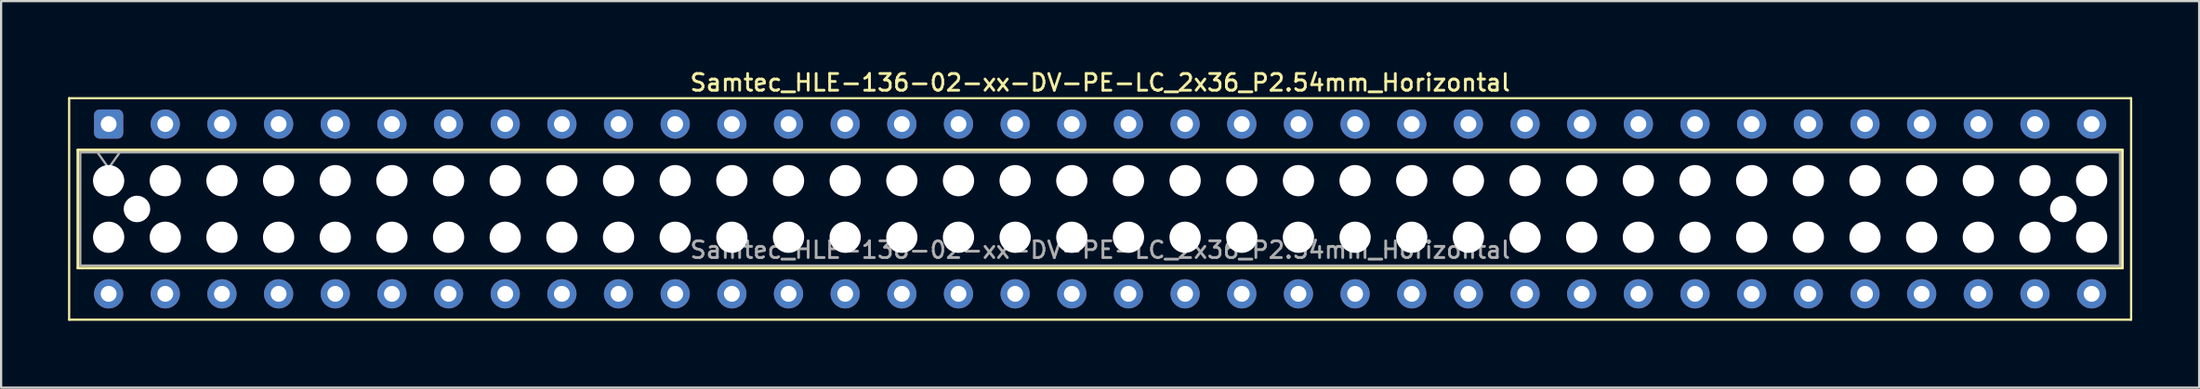
<source format=kicad_pcb>
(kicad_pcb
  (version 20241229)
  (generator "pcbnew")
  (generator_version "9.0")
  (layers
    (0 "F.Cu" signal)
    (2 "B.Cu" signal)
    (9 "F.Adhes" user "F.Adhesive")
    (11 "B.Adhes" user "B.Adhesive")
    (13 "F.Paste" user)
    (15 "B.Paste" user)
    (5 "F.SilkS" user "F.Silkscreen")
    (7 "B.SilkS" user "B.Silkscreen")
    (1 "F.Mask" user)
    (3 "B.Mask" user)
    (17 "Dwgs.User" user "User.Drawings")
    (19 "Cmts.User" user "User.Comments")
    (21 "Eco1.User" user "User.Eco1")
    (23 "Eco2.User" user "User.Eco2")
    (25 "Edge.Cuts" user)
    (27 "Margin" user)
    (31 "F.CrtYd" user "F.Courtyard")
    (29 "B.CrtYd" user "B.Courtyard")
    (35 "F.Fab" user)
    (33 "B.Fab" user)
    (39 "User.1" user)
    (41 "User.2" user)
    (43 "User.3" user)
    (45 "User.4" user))
  (footprint "Samtec_HLE-136-02-xx-DV-PE-LC_2x36_P2.54mm_Horizontal"
    (layer "F.Cu")
    (at 1.82 2.518)
    (property "Reference" "Samtec_HLE-136-02-xx-DV-PE-LC_2x36_P2.54mm_Horizontal" (at 44.45 -1.86 0) (layer "F.SilkS") (effects (font (size 0.75 0.75) (thickness 0.125))))
    (attr through_hole)
    (fp_line (start -1.77 -1.16) (end 90.67 -1.16) (stroke (width 0.1) (type solid)) (layer "F.SilkS"))
    (fp_line (start -1.77 8.78) (end -1.77 -1.16) (stroke (width 0.1) (type solid)) (layer "F.SilkS"))
    (fp_line (start -1.38 1.16) (end 90.28 1.16) (stroke (width 0.12) (type solid)) (layer "F.SilkS"))
    (fp_line (start -1.38 6.46) (end -1.38 1.16) (stroke (width 0.12) (type solid)) (layer "F.SilkS"))
    (fp_line (start 90.28 1.16) (end 90.28 6.46) (stroke (width 0.12) (type solid)) (layer "F.SilkS"))
    (fp_line (start 90.28 6.46) (end -1.38 6.46) (stroke (width 0.12) (type solid)) (layer "F.SilkS"))
    (fp_line (start 90.67 -1.16) (end 90.67 8.78) (stroke (width 0.1) (type solid)) (layer "F.SilkS"))
    (fp_line (start 90.67 8.78) (end -1.77 8.78) (stroke (width 0.1) (type solid)) (layer "F.SilkS"))
    (fp_line (start -1.27 1.27) (end 90.17 1.27) (stroke (width 0.1) (type solid)) (layer "F.Fab"))
    (fp_line (start -1.27 6.35) (end -1.27 1.27) (stroke (width 0.1) (type solid)) (layer "F.Fab"))
    (fp_line (start -0.5 1.27) (end 0 1.977) (stroke (width 0.1) (type solid)) (layer "F.Fab"))
    (fp_line (start 0 1.977) (end 0.5 1.27) (stroke (width 0.1) (type solid)) (layer "F.Fab"))
    (fp_line (start 90.17 1.27) (end 90.17 6.35) (stroke (width 0.1) (type solid)) (layer "F.Fab"))
    (fp_line (start 90.17 6.35) (end -1.27 6.35) (stroke (width 0.1) (type solid)) (layer "F.Fab"))
    (fp_text user "${REFERENCE}" (at 44.45 5.65 0) (layer "F.Fab") (effects (font (size 0.75 0.75) (thickness 0.125))))
    (pad "" np_thru_hole circle (at 0 2.54) (size 1.4 1.4) (drill 1.4) (layers "*.Cu" "*.Mask"))
    (pad "" np_thru_hole circle (at 0 5.08) (size 1.4 1.4) (drill 1.4) (layers "*.Cu" "*.Mask"))
    (pad "" np_thru_hole circle (at 1.27 3.81) (size 1.19 1.19) (drill 1.19) (layers "*.Cu" "*.Mask"))
    (pad "" np_thru_hole circle (at 2.54 2.54) (size 1.4 1.4) (drill 1.4) (layers "*.Cu" "*.Mask"))
    (pad "" np_thru_hole circle (at 2.54 5.08) (size 1.4 1.4) (drill 1.4) (layers "*.Cu" "*.Mask"))
    (pad "" np_thru_hole circle (at 5.08 2.54) (size 1.4 1.4) (drill 1.4) (layers "*.Cu" "*.Mask"))
    (pad "" np_thru_hole circle (at 5.08 5.08) (size 1.4 1.4) (drill 1.4) (layers "*.Cu" "*.Mask"))
    (pad "" np_thru_hole circle (at 7.62 2.54) (size 1.4 1.4) (drill 1.4) (layers "*.Cu" "*.Mask"))
    (pad "" np_thru_hole circle (at 7.62 5.08) (size 1.4 1.4) (drill 1.4) (layers "*.Cu" "*.Mask"))
    (pad "" np_thru_hole circle (at 10.16 2.54) (size 1.4 1.4) (drill 1.4) (layers "*.Cu" "*.Mask"))
    (pad "" np_thru_hole circle (at 10.16 5.08) (size 1.4 1.4) (drill 1.4) (layers "*.Cu" "*.Mask"))
    (pad "" np_thru_hole circle (at 12.7 2.54) (size 1.4 1.4) (drill 1.4) (layers "*.Cu" "*.Mask"))
    (pad "" np_thru_hole circle (at 12.7 5.08) (size 1.4 1.4) (drill 1.4) (layers "*.Cu" "*.Mask"))
    (pad "" np_thru_hole circle (at 15.24 2.54) (size 1.4 1.4) (drill 1.4) (layers "*.Cu" "*.Mask"))
    (pad "" np_thru_hole circle (at 15.24 5.08) (size 1.4 1.4) (drill 1.4) (layers "*.Cu" "*.Mask"))
    (pad "" np_thru_hole circle (at 17.78 2.54) (size 1.4 1.4) (drill 1.4) (layers "*.Cu" "*.Mask"))
    (pad "" np_thru_hole circle (at 17.78 5.08) (size 1.4 1.4) (drill 1.4) (layers "*.Cu" "*.Mask"))
    (pad "" np_thru_hole circle (at 20.32 2.54) (size 1.4 1.4) (drill 1.4) (layers "*.Cu" "*.Mask"))
    (pad "" np_thru_hole circle (at 20.32 5.08) (size 1.4 1.4) (drill 1.4) (layers "*.Cu" "*.Mask"))
    (pad "" np_thru_hole circle (at 22.86 2.54) (size 1.4 1.4) (drill 1.4) (layers "*.Cu" "*.Mask"))
    (pad "" np_thru_hole circle (at 22.86 5.08) (size 1.4 1.4) (drill 1.4) (layers "*.Cu" "*.Mask"))
    (pad "" np_thru_hole circle (at 25.4 2.54) (size 1.4 1.4) (drill 1.4) (layers "*.Cu" "*.Mask"))
    (pad "" np_thru_hole circle (at 25.4 5.08) (size 1.4 1.4) (drill 1.4) (layers "*.Cu" "*.Mask"))
    (pad "" np_thru_hole circle (at 27.94 2.54) (size 1.4 1.4) (drill 1.4) (layers "*.Cu" "*.Mask"))
    (pad "" np_thru_hole circle (at 27.94 5.08) (size 1.4 1.4) (drill 1.4) (layers "*.Cu" "*.Mask"))
    (pad "" np_thru_hole circle (at 30.48 2.54) (size 1.4 1.4) (drill 1.4) (layers "*.Cu" "*.Mask"))
    (pad "" np_thru_hole circle (at 30.48 5.08) (size 1.4 1.4) (drill 1.4) (layers "*.Cu" "*.Mask"))
    (pad "" np_thru_hole circle (at 33.02 2.54) (size 1.4 1.4) (drill 1.4) (layers "*.Cu" "*.Mask"))
    (pad "" np_thru_hole circle (at 33.02 5.08) (size 1.4 1.4) (drill 1.4) (layers "*.Cu" "*.Mask"))
    (pad "" np_thru_hole circle (at 35.56 2.54) (size 1.4 1.4) (drill 1.4) (layers "*.Cu" "*.Mask"))
    (pad "" np_thru_hole circle (at 35.56 5.08) (size 1.4 1.4) (drill 1.4) (layers "*.Cu" "*.Mask"))
    (pad "" np_thru_hole circle (at 38.1 2.54) (size 1.4 1.4) (drill 1.4) (layers "*.Cu" "*.Mask"))
    (pad "" np_thru_hole circle (at 38.1 5.08) (size 1.4 1.4) (drill 1.4) (layers "*.Cu" "*.Mask"))
    (pad "" np_thru_hole circle (at 40.64 2.54) (size 1.4 1.4) (drill 1.4) (layers "*.Cu" "*.Mask"))
    (pad "" np_thru_hole circle (at 40.64 5.08) (size 1.4 1.4) (drill 1.4) (layers "*.Cu" "*.Mask"))
    (pad "" np_thru_hole circle (at 43.18 2.54) (size 1.4 1.4) (drill 1.4) (layers "*.Cu" "*.Mask"))
    (pad "" np_thru_hole circle (at 43.18 5.08) (size 1.4 1.4) (drill 1.4) (layers "*.Cu" "*.Mask"))
    (pad "" np_thru_hole circle (at 45.72 2.54) (size 1.4 1.4) (drill 1.4) (layers "*.Cu" "*.Mask"))
    (pad "" np_thru_hole circle (at 45.72 5.08) (size 1.4 1.4) (drill 1.4) (layers "*.Cu" "*.Mask"))
    (pad "" np_thru_hole circle (at 48.26 2.54) (size 1.4 1.4) (drill 1.4) (layers "*.Cu" "*.Mask"))
    (pad "" np_thru_hole circle (at 48.26 5.08) (size 1.4 1.4) (drill 1.4) (layers "*.Cu" "*.Mask"))
    (pad "" np_thru_hole circle (at 50.8 2.54) (size 1.4 1.4) (drill 1.4) (layers "*.Cu" "*.Mask"))
    (pad "" np_thru_hole circle (at 50.8 5.08) (size 1.4 1.4) (drill 1.4) (layers "*.Cu" "*.Mask"))
    (pad "" np_thru_hole circle (at 53.34 2.54) (size 1.4 1.4) (drill 1.4) (layers "*.Cu" "*.Mask"))
    (pad "" np_thru_hole circle (at 53.34 5.08) (size 1.4 1.4) (drill 1.4) (layers "*.Cu" "*.Mask"))
    (pad "" np_thru_hole circle (at 55.88 2.54) (size 1.4 1.4) (drill 1.4) (layers "*.Cu" "*.Mask"))
    (pad "" np_thru_hole circle (at 55.88 5.08) (size 1.4 1.4) (drill 1.4) (layers "*.Cu" "*.Mask"))
    (pad "" np_thru_hole circle (at 58.42 2.54) (size 1.4 1.4) (drill 1.4) (layers "*.Cu" "*.Mask"))
    (pad "" np_thru_hole circle (at 58.42 5.08) (size 1.4 1.4) (drill 1.4) (layers "*.Cu" "*.Mask"))
    (pad "" np_thru_hole circle (at 60.96 2.54) (size 1.4 1.4) (drill 1.4) (layers "*.Cu" "*.Mask"))
    (pad "" np_thru_hole circle (at 60.96 5.08) (size 1.4 1.4) (drill 1.4) (layers "*.Cu" "*.Mask"))
    (pad "" np_thru_hole circle (at 63.5 2.54) (size 1.4 1.4) (drill 1.4) (layers "*.Cu" "*.Mask"))
    (pad "" np_thru_hole circle (at 63.5 5.08) (size 1.4 1.4) (drill 1.4) (layers "*.Cu" "*.Mask"))
    (pad "" np_thru_hole circle (at 66.04 2.54) (size 1.4 1.4) (drill 1.4) (layers "*.Cu" "*.Mask"))
    (pad "" np_thru_hole circle (at 66.04 5.08) (size 1.4 1.4) (drill 1.4) (layers "*.Cu" "*.Mask"))
    (pad "" np_thru_hole circle (at 68.58 2.54) (size 1.4 1.4) (drill 1.4) (layers "*.Cu" "*.Mask"))
    (pad "" np_thru_hole circle (at 68.58 5.08) (size 1.4 1.4) (drill 1.4) (layers "*.Cu" "*.Mask"))
    (pad "" np_thru_hole circle (at 71.12 2.54) (size 1.4 1.4) (drill 1.4) (layers "*.Cu" "*.Mask"))
    (pad "" np_thru_hole circle (at 71.12 5.08) (size 1.4 1.4) (drill 1.4) (layers "*.Cu" "*.Mask"))
    (pad "" np_thru_hole circle (at 73.66 2.54) (size 1.4 1.4) (drill 1.4) (layers "*.Cu" "*.Mask"))
    (pad "" np_thru_hole circle (at 73.66 5.08) (size 1.4 1.4) (drill 1.4) (layers "*.Cu" "*.Mask"))
    (pad "" np_thru_hole circle (at 76.2 2.54) (size 1.4 1.4) (drill 1.4) (layers "*.Cu" "*.Mask"))
    (pad "" np_thru_hole circle (at 76.2 5.08) (size 1.4 1.4) (drill 1.4) (layers "*.Cu" "*.Mask"))
    (pad "" np_thru_hole circle (at 78.74 2.54) (size 1.4 1.4) (drill 1.4) (layers "*.Cu" "*.Mask"))
    (pad "" np_thru_hole circle (at 78.74 5.08) (size 1.4 1.4) (drill 1.4) (layers "*.Cu" "*.Mask"))
    (pad "" np_thru_hole circle (at 81.28 2.54) (size 1.4 1.4) (drill 1.4) (layers "*.Cu" "*.Mask"))
    (pad "" np_thru_hole circle (at 81.28 5.08) (size 1.4 1.4) (drill 1.4) (layers "*.Cu" "*.Mask"))
    (pad "" np_thru_hole circle (at 83.82 2.54) (size 1.4 1.4) (drill 1.4) (layers "*.Cu" "*.Mask"))
    (pad "" np_thru_hole circle (at 83.82 5.08) (size 1.4 1.4) (drill 1.4) (layers "*.Cu" "*.Mask"))
    (pad "" np_thru_hole circle (at 86.36 2.54) (size 1.4 1.4) (drill 1.4) (layers "*.Cu" "*.Mask"))
    (pad "" np_thru_hole circle (at 86.36 5.08) (size 1.4 1.4) (drill 1.4) (layers "*.Cu" "*.Mask"))
    (pad "" np_thru_hole circle (at 87.63 3.81) (size 1.19 1.19) (drill 1.19) (layers "*.Cu" "*.Mask"))
    (pad "" np_thru_hole circle (at 88.9 2.54) (size 1.4 1.4) (drill 1.4) (layers "*.Cu" "*.Mask"))
    (pad "" np_thru_hole circle (at 88.9 5.08) (size 1.4 1.4) (drill 1.4) (layers "*.Cu" "*.Mask"))
    (pad "1" thru_hole roundrect (at 0 0) (size 1.31 1.31) (drill 0.71) (layers "*.Cu" "*.Mask") (roundrect_rratio 0.191))
    (pad "2" thru_hole circle (at 0 7.62) (size 1.31 1.31) (drill 0.71) (layers "*.Cu" "*.Mask"))
    (pad "3" thru_hole circle (at 2.54 0) (size 1.31 1.31) (drill 0.71) (layers "*.Cu" "*.Mask"))
    (pad "4" thru_hole circle (at 2.54 7.62) (size 1.31 1.31) (drill 0.71) (layers "*.Cu" "*.Mask"))
    (pad "5" thru_hole circle (at 5.08 0) (size 1.31 1.31) (drill 0.71) (layers "*.Cu" "*.Mask"))
    (pad "6" thru_hole circle (at 5.08 7.62) (size 1.31 1.31) (drill 0.71) (layers "*.Cu" "*.Mask"))
    (pad "7" thru_hole circle (at 7.62 0) (size 1.31 1.31) (drill 0.71) (layers "*.Cu" "*.Mask"))
    (pad "8" thru_hole circle (at 7.62 7.62) (size 1.31 1.31) (drill 0.71) (layers "*.Cu" "*.Mask"))
    (pad "9" thru_hole circle (at 10.16 0) (size 1.31 1.31) (drill 0.71) (layers "*.Cu" "*.Mask"))
    (pad "10" thru_hole circle (at 10.16 7.62) (size 1.31 1.31) (drill 0.71) (layers "*.Cu" "*.Mask"))
    (pad "11" thru_hole circle (at 12.7 0) (size 1.31 1.31) (drill 0.71) (layers "*.Cu" "*.Mask"))
    (pad "12" thru_hole circle (at 12.7 7.62) (size 1.31 1.31) (drill 0.71) (layers "*.Cu" "*.Mask"))
    (pad "13" thru_hole circle (at 15.24 0) (size 1.31 1.31) (drill 0.71) (layers "*.Cu" "*.Mask"))
    (pad "14" thru_hole circle (at 15.24 7.62) (size 1.31 1.31) (drill 0.71) (layers "*.Cu" "*.Mask"))
    (pad "15" thru_hole circle (at 17.78 0) (size 1.31 1.31) (drill 0.71) (layers "*.Cu" "*.Mask"))
    (pad "16" thru_hole circle (at 17.78 7.62) (size 1.31 1.31) (drill 0.71) (layers "*.Cu" "*.Mask"))
    (pad "17" thru_hole circle (at 20.32 0) (size 1.31 1.31) (drill 0.71) (layers "*.Cu" "*.Mask"))
    (pad "18" thru_hole circle (at 20.32 7.62) (size 1.31 1.31) (drill 0.71) (layers "*.Cu" "*.Mask"))
    (pad "19" thru_hole circle (at 22.86 0) (size 1.31 1.31) (drill 0.71) (layers "*.Cu" "*.Mask"))
    (pad "20" thru_hole circle (at 22.86 7.62) (size 1.31 1.31) (drill 0.71) (layers "*.Cu" "*.Mask"))
    (pad "21" thru_hole circle (at 25.4 0) (size 1.31 1.31) (drill 0.71) (layers "*.Cu" "*.Mask"))
    (pad "22" thru_hole circle (at 25.4 7.62) (size 1.31 1.31) (drill 0.71) (layers "*.Cu" "*.Mask"))
    (pad "23" thru_hole circle (at 27.94 0) (size 1.31 1.31) (drill 0.71) (layers "*.Cu" "*.Mask"))
    (pad "24" thru_hole circle (at 27.94 7.62) (size 1.31 1.31) (drill 0.71) (layers "*.Cu" "*.Mask"))
    (pad "25" thru_hole circle (at 30.48 0) (size 1.31 1.31) (drill 0.71) (layers "*.Cu" "*.Mask"))
    (pad "26" thru_hole circle (at 30.48 7.62) (size 1.31 1.31) (drill 0.71) (layers "*.Cu" "*.Mask"))
    (pad "27" thru_hole circle (at 33.02 0) (size 1.31 1.31) (drill 0.71) (layers "*.Cu" "*.Mask"))
    (pad "28" thru_hole circle (at 33.02 7.62) (size 1.31 1.31) (drill 0.71) (layers "*.Cu" "*.Mask"))
    (pad "29" thru_hole circle (at 35.56 0) (size 1.31 1.31) (drill 0.71) (layers "*.Cu" "*.Mask"))
    (pad "30" thru_hole circle (at 35.56 7.62) (size 1.31 1.31) (drill 0.71) (layers "*.Cu" "*.Mask"))
    (pad "31" thru_hole circle (at 38.1 0) (size 1.31 1.31) (drill 0.71) (layers "*.Cu" "*.Mask"))
    (pad "32" thru_hole circle (at 38.1 7.62) (size 1.31 1.31) (drill 0.71) (layers "*.Cu" "*.Mask"))
    (pad "33" thru_hole circle (at 40.64 0) (size 1.31 1.31) (drill 0.71) (layers "*.Cu" "*.Mask"))
    (pad "34" thru_hole circle (at 40.64 7.62) (size 1.31 1.31) (drill 0.71) (layers "*.Cu" "*.Mask"))
    (pad "35" thru_hole circle (at 43.18 0) (size 1.31 1.31) (drill 0.71) (layers "*.Cu" "*.Mask"))
    (pad "36" thru_hole circle (at 43.18 7.62) (size 1.31 1.31) (drill 0.71) (layers "*.Cu" "*.Mask"))
    (pad "37" thru_hole circle (at 45.72 0) (size 1.31 1.31) (drill 0.71) (layers "*.Cu" "*.Mask"))
    (pad "38" thru_hole circle (at 45.72 7.62) (size 1.31 1.31) (drill 0.71) (layers "*.Cu" "*.Mask"))
    (pad "39" thru_hole circle (at 48.26 0) (size 1.31 1.31) (drill 0.71) (layers "*.Cu" "*.Mask"))
    (pad "40" thru_hole circle (at 48.26 7.62) (size 1.31 1.31) (drill 0.71) (layers "*.Cu" "*.Mask"))
    (pad "41" thru_hole circle (at 50.8 0) (size 1.31 1.31) (drill 0.71) (layers "*.Cu" "*.Mask"))
    (pad "42" thru_hole circle (at 50.8 7.62) (size 1.31 1.31) (drill 0.71) (layers "*.Cu" "*.Mask"))
    (pad "43" thru_hole circle (at 53.34 0) (size 1.31 1.31) (drill 0.71) (layers "*.Cu" "*.Mask"))
    (pad "44" thru_hole circle (at 53.34 7.62) (size 1.31 1.31) (drill 0.71) (layers "*.Cu" "*.Mask"))
    (pad "45" thru_hole circle (at 55.88 0) (size 1.31 1.31) (drill 0.71) (layers "*.Cu" "*.Mask"))
    (pad "46" thru_hole circle (at 55.88 7.62) (size 1.31 1.31) (drill 0.71) (layers "*.Cu" "*.Mask"))
    (pad "47" thru_hole circle (at 58.42 0) (size 1.31 1.31) (drill 0.71) (layers "*.Cu" "*.Mask"))
    (pad "48" thru_hole circle (at 58.42 7.62) (size 1.31 1.31) (drill 0.71) (layers "*.Cu" "*.Mask"))
    (pad "49" thru_hole circle (at 60.96 0) (size 1.31 1.31) (drill 0.71) (layers "*.Cu" "*.Mask"))
    (pad "50" thru_hole circle (at 60.96 7.62) (size 1.31 1.31) (drill 0.71) (layers "*.Cu" "*.Mask"))
    (pad "51" thru_hole circle (at 63.5 0) (size 1.31 1.31) (drill 0.71) (layers "*.Cu" "*.Mask"))
    (pad "52" thru_hole circle (at 63.5 7.62) (size 1.31 1.31) (drill 0.71) (layers "*.Cu" "*.Mask"))
    (pad "53" thru_hole circle (at 66.04 0) (size 1.31 1.31) (drill 0.71) (layers "*.Cu" "*.Mask"))
    (pad "54" thru_hole circle (at 66.04 7.62) (size 1.31 1.31) (drill 0.71) (layers "*.Cu" "*.Mask"))
    (pad "55" thru_hole circle (at 68.58 0) (size 1.31 1.31) (drill 0.71) (layers "*.Cu" "*.Mask"))
    (pad "56" thru_hole circle (at 68.58 7.62) (size 1.31 1.31) (drill 0.71) (layers "*.Cu" "*.Mask"))
    (pad "57" thru_hole circle (at 71.12 0) (size 1.31 1.31) (drill 0.71) (layers "*.Cu" "*.Mask"))
    (pad "58" thru_hole circle (at 71.12 7.62) (size 1.31 1.31) (drill 0.71) (layers "*.Cu" "*.Mask"))
    (pad "59" thru_hole circle (at 73.66 0) (size 1.31 1.31) (drill 0.71) (layers "*.Cu" "*.Mask"))
    (pad "60" thru_hole circle (at 73.66 7.62) (size 1.31 1.31) (drill 0.71) (layers "*.Cu" "*.Mask"))
    (pad "61" thru_hole circle (at 76.2 0) (size 1.31 1.31) (drill 0.71) (layers "*.Cu" "*.Mask"))
    (pad "62" thru_hole circle (at 76.2 7.62) (size 1.31 1.31) (drill 0.71) (layers "*.Cu" "*.Mask"))
    (pad "63" thru_hole circle (at 78.74 0) (size 1.31 1.31) (drill 0.71) (layers "*.Cu" "*.Mask"))
    (pad "64" thru_hole circle (at 78.74 7.62) (size 1.31 1.31) (drill 0.71) (layers "*.Cu" "*.Mask"))
    (pad "65" thru_hole circle (at 81.28 0) (size 1.31 1.31) (drill 0.71) (layers "*.Cu" "*.Mask"))
    (pad "66" thru_hole circle (at 81.28 7.62) (size 1.31 1.31) (drill 0.71) (layers "*.Cu" "*.Mask"))
    (pad "67" thru_hole circle (at 83.82 0) (size 1.31 1.31) (drill 0.71) (layers "*.Cu" "*.Mask"))
    (pad "68" thru_hole circle (at 83.82 7.62) (size 1.31 1.31) (drill 0.71) (layers "*.Cu" "*.Mask"))
    (pad "69" thru_hole circle (at 86.36 0) (size 1.31 1.31) (drill 0.71) (layers "*.Cu" "*.Mask"))
    (pad "70" thru_hole circle (at 86.36 7.62) (size 1.31 1.31) (drill 0.71) (layers "*.Cu" "*.Mask"))
    (pad "71" thru_hole circle (at 88.9 0) (size 1.31 1.31) (drill 0.71) (layers "*.Cu" "*.Mask"))
    (pad "72" thru_hole circle (at 88.9 7.62) (size 1.31 1.31) (drill 0.71) (layers "*.Cu" "*.Mask")))
  (gr_rect
    (start -3 -3)
    (end 95.54 14.348)
    (stroke (width 0.1) (type default))
    (fill no)
    (layer "Edge.Cuts")))
</source>
